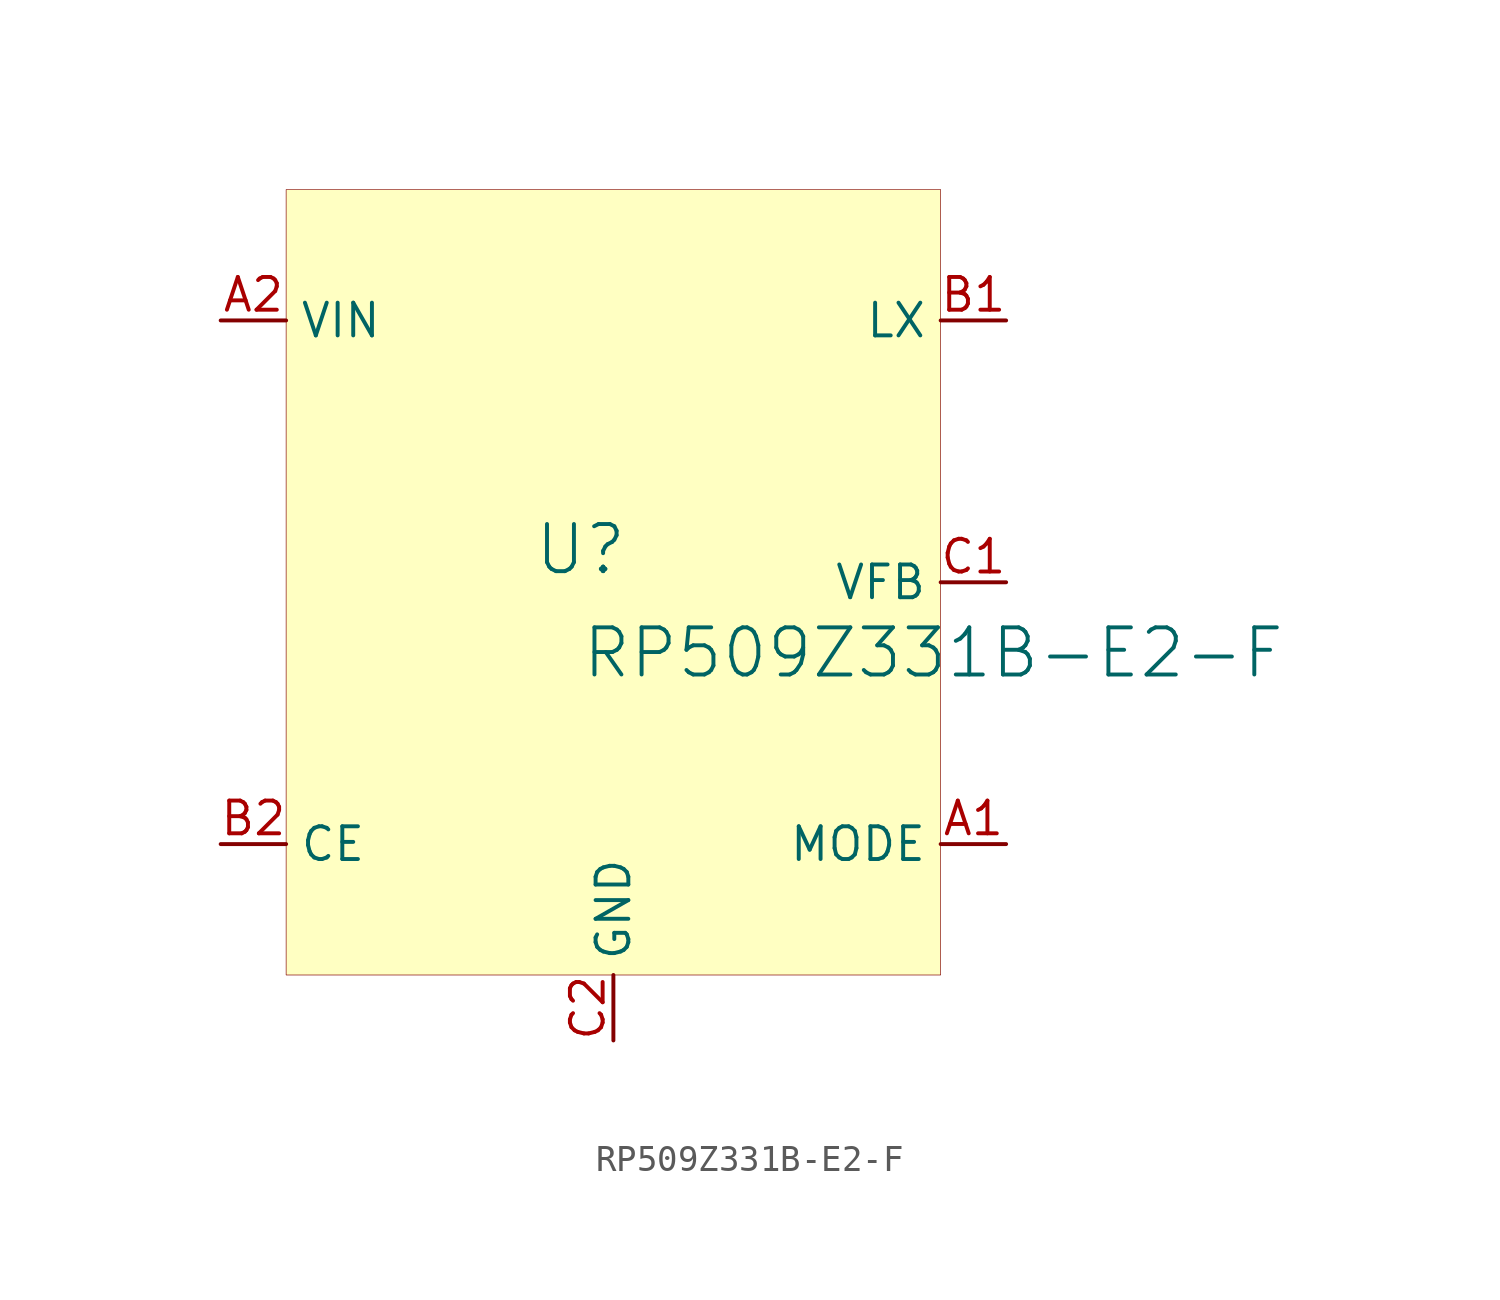
<source format=kicad_sym>
(kicad_symbol_lib
  (version 20231120)
  (generator "kicad_symbol_editor")
  (generator_version "8.0")
  (symbol "RP509Z331B-E2-F"
    (property "Reference" "U"
      (at -1.27 1.27 0)
      (effects (font (size 1.829 1.829))))
    (property "Value" "RP509Z331B-E2-F"
      (at -1.27 -3.81 0)
      (effects (font (size 1.829 1.829)) (justify left bottom)))
    (symbol "RP509Z331B-E2-F_1_0"
      (rectangle (start 12.7 15.24) (end -12.7 -15.24) (stroke (width 0.025) (type solid) (color 128 0 0 1)) (fill (type background)))
      (pin input line (at 15.24 -10.16 180) (length 2.54) (name "MODE" (effects (font (size 1.27 1.27)))) (number "A1" (effects (font (size 1.27 1.27)))))
      (pin power_in line (at -15.24 10.16 0) (length 2.54) (name "VIN" (effects (font (size 1.27 1.27)))) (number "A2" (effects (font (size 1.27 1.27)))))
      (pin power_in line (at 15.24 10.16 180) (length 2.54) (name "LX" (effects (font (size 1.27 1.27)))) (number "B1" (effects (font (size 1.27 1.27)))))
      (pin input line (at -15.24 -10.16 0) (length 2.54) (name "CE" (effects (font (size 1.27 1.27)))) (number "B2" (effects (font (size 1.27 1.27)))))
      (pin input line (at 15.24 0 180) (length 2.54) (name "VFB" (effects (font (size 1.27 1.27)))) (number "C1" (effects (font (size 1.27 1.27)))))
      (pin power_in line (at 0 -17.78 90) (length 2.54) (name "GND" (effects (font (size 1.27 1.27)))) (number "C2" (effects (font (size 1.27 1.27))))))))
</source>
